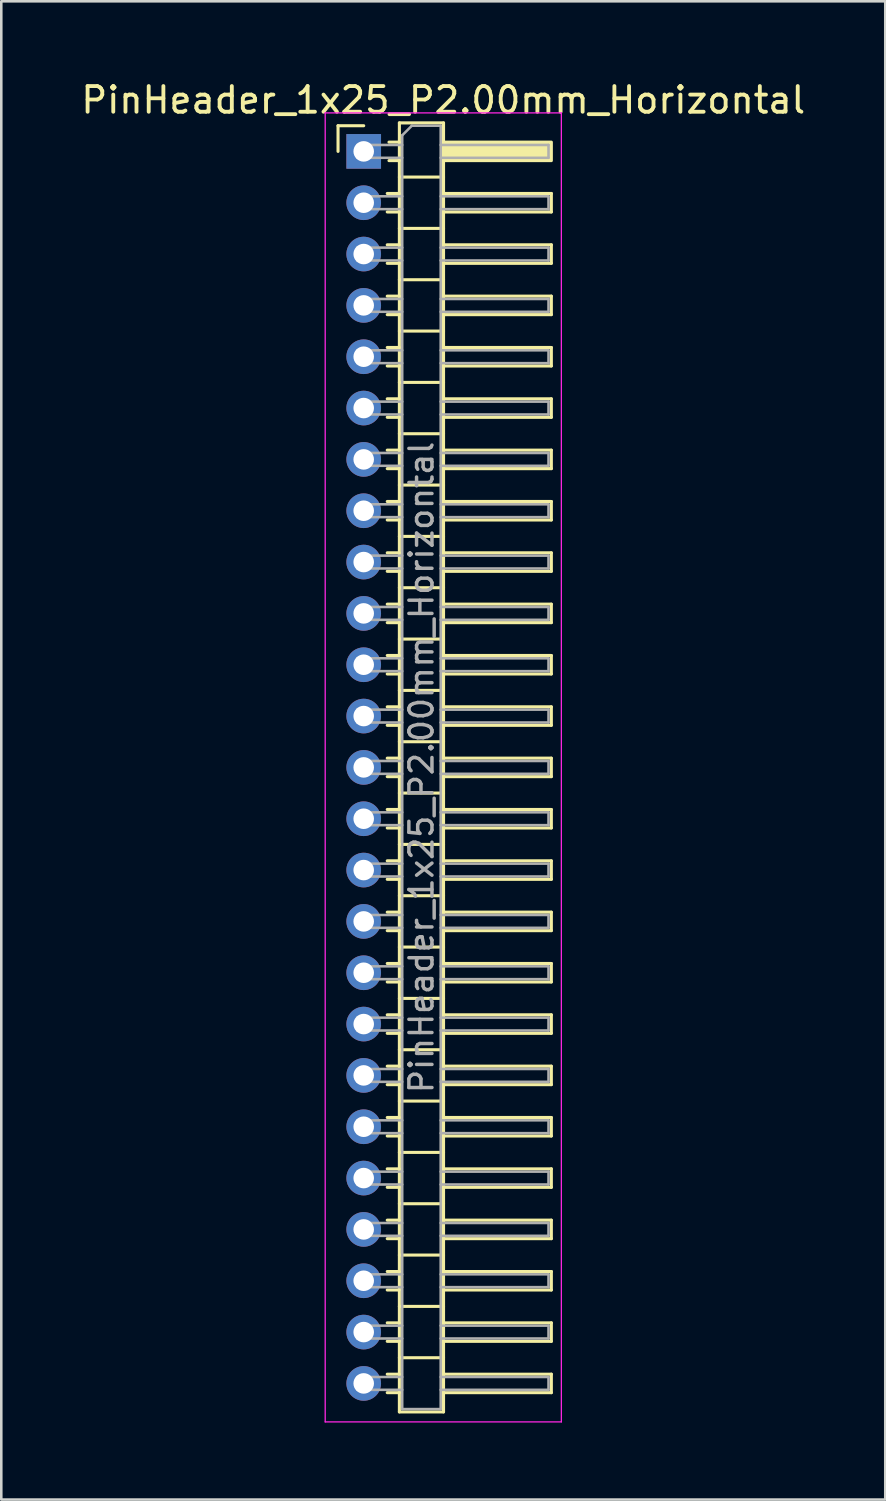
<source format=kicad_pcb>
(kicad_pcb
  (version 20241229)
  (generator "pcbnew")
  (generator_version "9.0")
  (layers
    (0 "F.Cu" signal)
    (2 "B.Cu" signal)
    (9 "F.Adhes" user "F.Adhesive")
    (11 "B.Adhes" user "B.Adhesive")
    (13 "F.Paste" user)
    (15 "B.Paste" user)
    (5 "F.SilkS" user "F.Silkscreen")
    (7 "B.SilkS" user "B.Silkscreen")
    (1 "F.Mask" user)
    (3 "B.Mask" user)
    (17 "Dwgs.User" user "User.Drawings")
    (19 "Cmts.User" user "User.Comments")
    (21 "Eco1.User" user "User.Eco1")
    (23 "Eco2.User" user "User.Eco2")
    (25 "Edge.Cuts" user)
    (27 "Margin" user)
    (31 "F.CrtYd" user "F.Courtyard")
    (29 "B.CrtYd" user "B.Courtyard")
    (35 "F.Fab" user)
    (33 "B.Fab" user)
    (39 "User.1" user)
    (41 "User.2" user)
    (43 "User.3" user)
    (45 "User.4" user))
  (footprint "PinHeader_1x25_P2.00mm_Horizontal"
    (layer "F.Cu")
    (at 11.12 2.848)
    (property "Reference" "PinHeader_1x25_P2.00mm_Horizontal" (at 3.1 -2 0) (layer "F.SilkS") (effects (font (size 1 1) (thickness 0.15))))
    (attr through_hole)
    (fp_line (start -1 -1) (end 0 -1) (stroke (width 0.12) (type solid)) (layer "F.SilkS"))
    (fp_line (start -1 0) (end -1 -1) (stroke (width 0.12) (type solid)) (layer "F.SilkS"))
    (fp_line (start 0.917 1.64) (end 1.39 1.64) (stroke (width 0.12) (type solid)) (layer "F.SilkS"))
    (fp_line (start 0.917 2.36) (end 1.39 2.36) (stroke (width 0.12) (type solid)) (layer "F.SilkS"))
    (fp_line (start 0.917 3.64) (end 1.39 3.64) (stroke (width 0.12) (type solid)) (layer "F.SilkS"))
    (fp_line (start 0.917 4.36) (end 1.39 4.36) (stroke (width 0.12) (type solid)) (layer "F.SilkS"))
    (fp_line (start 0.917 5.64) (end 1.39 5.64) (stroke (width 0.12) (type solid)) (layer "F.SilkS"))
    (fp_line (start 0.917 6.36) (end 1.39 6.36) (stroke (width 0.12) (type solid)) (layer "F.SilkS"))
    (fp_line (start 0.917 7.64) (end 1.39 7.64) (stroke (width 0.12) (type solid)) (layer "F.SilkS"))
    (fp_line (start 0.917 8.36) (end 1.39 8.36) (stroke (width 0.12) (type solid)) (layer "F.SilkS"))
    (fp_line (start 0.917 9.64) (end 1.39 9.64) (stroke (width 0.12) (type solid)) (layer "F.SilkS"))
    (fp_line (start 0.917 10.36) (end 1.39 10.36) (stroke (width 0.12) (type solid)) (layer "F.SilkS"))
    (fp_line (start 0.917 11.64) (end 1.39 11.64) (stroke (width 0.12) (type solid)) (layer "F.SilkS"))
    (fp_line (start 0.917 12.36) (end 1.39 12.36) (stroke (width 0.12) (type solid)) (layer "F.SilkS"))
    (fp_line (start 0.917 13.64) (end 1.39 13.64) (stroke (width 0.12) (type solid)) (layer "F.SilkS"))
    (fp_line (start 0.917 14.36) (end 1.39 14.36) (stroke (width 0.12) (type solid)) (layer "F.SilkS"))
    (fp_line (start 0.917 15.64) (end 1.39 15.64) (stroke (width 0.12) (type solid)) (layer "F.SilkS"))
    (fp_line (start 0.917 16.36) (end 1.39 16.36) (stroke (width 0.12) (type solid)) (layer "F.SilkS"))
    (fp_line (start 0.917 17.64) (end 1.39 17.64) (stroke (width 0.12) (type solid)) (layer "F.SilkS"))
    (fp_line (start 0.917 18.36) (end 1.39 18.36) (stroke (width 0.12) (type solid)) (layer "F.SilkS"))
    (fp_line (start 0.917 19.64) (end 1.39 19.64) (stroke (width 0.12) (type solid)) (layer "F.SilkS"))
    (fp_line (start 0.917 20.36) (end 1.39 20.36) (stroke (width 0.12) (type solid)) (layer "F.SilkS"))
    (fp_line (start 0.917 21.64) (end 1.39 21.64) (stroke (width 0.12) (type solid)) (layer "F.SilkS"))
    (fp_line (start 0.917 22.36) (end 1.39 22.36) (stroke (width 0.12) (type solid)) (layer "F.SilkS"))
    (fp_line (start 0.917 23.64) (end 1.39 23.64) (stroke (width 0.12) (type solid)) (layer "F.SilkS"))
    (fp_line (start 0.917 24.36) (end 1.39 24.36) (stroke (width 0.12) (type solid)) (layer "F.SilkS"))
    (fp_line (start 0.917 25.64) (end 1.39 25.64) (stroke (width 0.12) (type solid)) (layer "F.SilkS"))
    (fp_line (start 0.917 26.36) (end 1.39 26.36) (stroke (width 0.12) (type solid)) (layer "F.SilkS"))
    (fp_line (start 0.917 27.64) (end 1.39 27.64) (stroke (width 0.12) (type solid)) (layer "F.SilkS"))
    (fp_line (start 0.917 28.36) (end 1.39 28.36) (stroke (width 0.12) (type solid)) (layer "F.SilkS"))
    (fp_line (start 0.917 29.64) (end 1.39 29.64) (stroke (width 0.12) (type solid)) (layer "F.SilkS"))
    (fp_line (start 0.917 30.36) (end 1.39 30.36) (stroke (width 0.12) (type solid)) (layer "F.SilkS"))
    (fp_line (start 0.917 31.64) (end 1.39 31.64) (stroke (width 0.12) (type solid)) (layer "F.SilkS"))
    (fp_line (start 0.917 32.36) (end 1.39 32.36) (stroke (width 0.12) (type solid)) (layer "F.SilkS"))
    (fp_line (start 0.917 33.64) (end 1.39 33.64) (stroke (width 0.12) (type solid)) (layer "F.SilkS"))
    (fp_line (start 0.917 34.36) (end 1.39 34.36) (stroke (width 0.12) (type solid)) (layer "F.SilkS"))
    (fp_line (start 0.917 35.64) (end 1.39 35.64) (stroke (width 0.12) (type solid)) (layer "F.SilkS"))
    (fp_line (start 0.917 36.36) (end 1.39 36.36) (stroke (width 0.12) (type solid)) (layer "F.SilkS"))
    (fp_line (start 0.917 37.64) (end 1.39 37.64) (stroke (width 0.12) (type solid)) (layer "F.SilkS"))
    (fp_line (start 0.917 38.36) (end 1.39 38.36) (stroke (width 0.12) (type solid)) (layer "F.SilkS"))
    (fp_line (start 0.917 39.64) (end 1.39 39.64) (stroke (width 0.12) (type solid)) (layer "F.SilkS"))
    (fp_line (start 0.917 40.36) (end 1.39 40.36) (stroke (width 0.12) (type solid)) (layer "F.SilkS"))
    (fp_line (start 0.917 41.64) (end 1.39 41.64) (stroke (width 0.12) (type solid)) (layer "F.SilkS"))
    (fp_line (start 0.917 42.36) (end 1.39 42.36) (stroke (width 0.12) (type solid)) (layer "F.SilkS"))
    (fp_line (start 0.917 43.64) (end 1.39 43.64) (stroke (width 0.12) (type solid)) (layer "F.SilkS"))
    (fp_line (start 0.917 44.36) (end 1.39 44.36) (stroke (width 0.12) (type solid)) (layer "F.SilkS"))
    (fp_line (start 0.917 45.64) (end 1.39 45.64) (stroke (width 0.12) (type solid)) (layer "F.SilkS"))
    (fp_line (start 0.917 46.36) (end 1.39 46.36) (stroke (width 0.12) (type solid)) (layer "F.SilkS"))
    (fp_line (start 0.917 47.64) (end 1.39 47.64) (stroke (width 0.12) (type solid)) (layer "F.SilkS"))
    (fp_line (start 0.917 48.36) (end 1.39 48.36) (stroke (width 0.12) (type solid)) (layer "F.SilkS"))
    (fp_line (start 0.985 -0.36) (end 1.39 -0.36) (stroke (width 0.12) (type solid)) (layer "F.SilkS"))
    (fp_line (start 0.985 0.36) (end 1.39 0.36) (stroke (width 0.12) (type solid)) (layer "F.SilkS"))
    (fp_line (start 1.39 -1.11) (end 1.39 49.11) (stroke (width 0.12) (type solid)) (layer "F.SilkS"))
    (fp_line (start 1.39 1) (end 3.11 1) (stroke (width 0.12) (type solid)) (layer "F.SilkS"))
    (fp_line (start 1.39 3) (end 3.11 3) (stroke (width 0.12) (type solid)) (layer "F.SilkS"))
    (fp_line (start 1.39 5) (end 3.11 5) (stroke (width 0.12) (type solid)) (layer "F.SilkS"))
    (fp_line (start 1.39 7) (end 3.11 7) (stroke (width 0.12) (type solid)) (layer "F.SilkS"))
    (fp_line (start 1.39 9) (end 3.11 9) (stroke (width 0.12) (type solid)) (layer "F.SilkS"))
    (fp_line (start 1.39 11) (end 3.11 11) (stroke (width 0.12) (type solid)) (layer "F.SilkS"))
    (fp_line (start 1.39 13) (end 3.11 13) (stroke (width 0.12) (type solid)) (layer "F.SilkS"))
    (fp_line (start 1.39 15) (end 3.11 15) (stroke (width 0.12) (type solid)) (layer "F.SilkS"))
    (fp_line (start 1.39 17) (end 3.11 17) (stroke (width 0.12) (type solid)) (layer "F.SilkS"))
    (fp_line (start 1.39 19) (end 3.11 19) (stroke (width 0.12) (type solid)) (layer "F.SilkS"))
    (fp_line (start 1.39 21) (end 3.11 21) (stroke (width 0.12) (type solid)) (layer "F.SilkS"))
    (fp_line (start 1.39 23) (end 3.11 23) (stroke (width 0.12) (type solid)) (layer "F.SilkS"))
    (fp_line (start 1.39 25) (end 3.11 25) (stroke (width 0.12) (type solid)) (layer "F.SilkS"))
    (fp_line (start 1.39 27) (end 3.11 27) (stroke (width 0.12) (type solid)) (layer "F.SilkS"))
    (fp_line (start 1.39 29) (end 3.11 29) (stroke (width 0.12) (type solid)) (layer "F.SilkS"))
    (fp_line (start 1.39 31) (end 3.11 31) (stroke (width 0.12) (type solid)) (layer "F.SilkS"))
    (fp_line (start 1.39 33) (end 3.11 33) (stroke (width 0.12) (type solid)) (layer "F.SilkS"))
    (fp_line (start 1.39 35) (end 3.11 35) (stroke (width 0.12) (type solid)) (layer "F.SilkS"))
    (fp_line (start 1.39 37) (end 3.11 37) (stroke (width 0.12) (type solid)) (layer "F.SilkS"))
    (fp_line (start 1.39 39) (end 3.11 39) (stroke (width 0.12) (type solid)) (layer "F.SilkS"))
    (fp_line (start 1.39 41) (end 3.11 41) (stroke (width 0.12) (type solid)) (layer "F.SilkS"))
    (fp_line (start 1.39 43) (end 3.11 43) (stroke (width 0.12) (type solid)) (layer "F.SilkS"))
    (fp_line (start 1.39 45) (end 3.11 45) (stroke (width 0.12) (type solid)) (layer "F.SilkS"))
    (fp_line (start 1.39 47) (end 3.11 47) (stroke (width 0.12) (type solid)) (layer "F.SilkS"))
    (fp_line (start 1.39 49.11) (end 3.11 49.11) (stroke (width 0.12) (type solid)) (layer "F.SilkS"))
    (fp_line (start 3.11 -1.11) (end 1.39 -1.11) (stroke (width 0.12) (type solid)) (layer "F.SilkS"))
    (fp_line (start 3.11 1.64) (end 7.31 1.64) (stroke (width 0.12) (type solid)) (layer "F.SilkS"))
    (fp_line (start 3.11 3.64) (end 7.31 3.64) (stroke (width 0.12) (type solid)) (layer "F.SilkS"))
    (fp_line (start 3.11 5.64) (end 7.31 5.64) (stroke (width 0.12) (type solid)) (layer "F.SilkS"))
    (fp_line (start 3.11 7.64) (end 7.31 7.64) (stroke (width 0.12) (type solid)) (layer "F.SilkS"))
    (fp_line (start 3.11 9.64) (end 7.31 9.64) (stroke (width 0.12) (type solid)) (layer "F.SilkS"))
    (fp_line (start 3.11 11.64) (end 7.31 11.64) (stroke (width 0.12) (type solid)) (layer "F.SilkS"))
    (fp_line (start 3.11 13.64) (end 7.31 13.64) (stroke (width 0.12) (type solid)) (layer "F.SilkS"))
    (fp_line (start 3.11 15.64) (end 7.31 15.64) (stroke (width 0.12) (type solid)) (layer "F.SilkS"))
    (fp_line (start 3.11 17.64) (end 7.31 17.64) (stroke (width 0.12) (type solid)) (layer "F.SilkS"))
    (fp_line (start 3.11 19.64) (end 7.31 19.64) (stroke (width 0.12) (type solid)) (layer "F.SilkS"))
    (fp_line (start 3.11 21.64) (end 7.31 21.64) (stroke (width 0.12) (type solid)) (layer "F.SilkS"))
    (fp_line (start 3.11 23.64) (end 7.31 23.64) (stroke (width 0.12) (type solid)) (layer "F.SilkS"))
    (fp_line (start 3.11 25.64) (end 7.31 25.64) (stroke (width 0.12) (type solid)) (layer "F.SilkS"))
    (fp_line (start 3.11 27.64) (end 7.31 27.64) (stroke (width 0.12) (type solid)) (layer "F.SilkS"))
    (fp_line (start 3.11 29.64) (end 7.31 29.64) (stroke (width 0.12) (type solid)) (layer "F.SilkS"))
    (fp_line (start 3.11 31.64) (end 7.31 31.64) (stroke (width 0.12) (type solid)) (layer "F.SilkS"))
    (fp_line (start 3.11 33.64) (end 7.31 33.64) (stroke (width 0.12) (type solid)) (layer "F.SilkS"))
    (fp_line (start 3.11 35.64) (end 7.31 35.64) (stroke (width 0.12) (type solid)) (layer "F.SilkS"))
    (fp_line (start 3.11 37.64) (end 7.31 37.64) (stroke (width 0.12) (type solid)) (layer "F.SilkS"))
    (fp_line (start 3.11 39.64) (end 7.31 39.64) (stroke (width 0.12) (type solid)) (layer "F.SilkS"))
    (fp_line (start 3.11 41.64) (end 7.31 41.64) (stroke (width 0.12) (type solid)) (layer "F.SilkS"))
    (fp_line (start 3.11 43.64) (end 7.31 43.64) (stroke (width 0.12) (type solid)) (layer "F.SilkS"))
    (fp_line (start 3.11 45.64) (end 7.31 45.64) (stroke (width 0.12) (type solid)) (layer "F.SilkS"))
    (fp_line (start 3.11 47.64) (end 7.31 47.64) (stroke (width 0.12) (type solid)) (layer "F.SilkS"))
    (fp_line (start 3.11 49.11) (end 3.11 -1.11) (stroke (width 0.12) (type solid)) (layer "F.SilkS"))
    (fp_line (start 7.31 1.64) (end 7.31 2.36) (stroke (width 0.12) (type solid)) (layer "F.SilkS"))
    (fp_line (start 7.31 2.36) (end 3.11 2.36) (stroke (width 0.12) (type solid)) (layer "F.SilkS"))
    (fp_line (start 7.31 3.64) (end 7.31 4.36) (stroke (width 0.12) (type solid)) (layer "F.SilkS"))
    (fp_line (start 7.31 4.36) (end 3.11 4.36) (stroke (width 0.12) (type solid)) (layer "F.SilkS"))
    (fp_line (start 7.31 5.64) (end 7.31 6.36) (stroke (width 0.12) (type solid)) (layer "F.SilkS"))
    (fp_line (start 7.31 6.36) (end 3.11 6.36) (stroke (width 0.12) (type solid)) (layer "F.SilkS"))
    (fp_line (start 7.31 7.64) (end 7.31 8.36) (stroke (width 0.12) (type solid)) (layer "F.SilkS"))
    (fp_line (start 7.31 8.36) (end 3.11 8.36) (stroke (width 0.12) (type solid)) (layer "F.SilkS"))
    (fp_line (start 7.31 9.64) (end 7.31 10.36) (stroke (width 0.12) (type solid)) (layer "F.SilkS"))
    (fp_line (start 7.31 10.36) (end 3.11 10.36) (stroke (width 0.12) (type solid)) (layer "F.SilkS"))
    (fp_line (start 7.31 11.64) (end 7.31 12.36) (stroke (width 0.12) (type solid)) (layer "F.SilkS"))
    (fp_line (start 7.31 12.36) (end 3.11 12.36) (stroke (width 0.12) (type solid)) (layer "F.SilkS"))
    (fp_line (start 7.31 13.64) (end 7.31 14.36) (stroke (width 0.12) (type solid)) (layer "F.SilkS"))
    (fp_line (start 7.31 14.36) (end 3.11 14.36) (stroke (width 0.12) (type solid)) (layer "F.SilkS"))
    (fp_line (start 7.31 15.64) (end 7.31 16.36) (stroke (width 0.12) (type solid)) (layer "F.SilkS"))
    (fp_line (start 7.31 16.36) (end 3.11 16.36) (stroke (width 0.12) (type solid)) (layer "F.SilkS"))
    (fp_line (start 7.31 17.64) (end 7.31 18.36) (stroke (width 0.12) (type solid)) (layer "F.SilkS"))
    (fp_line (start 7.31 18.36) (end 3.11 18.36) (stroke (width 0.12) (type solid)) (layer "F.SilkS"))
    (fp_line (start 7.31 19.64) (end 7.31 20.36) (stroke (width 0.12) (type solid)) (layer "F.SilkS"))
    (fp_line (start 7.31 20.36) (end 3.11 20.36) (stroke (width 0.12) (type solid)) (layer "F.SilkS"))
    (fp_line (start 7.31 21.64) (end 7.31 22.36) (stroke (width 0.12) (type solid)) (layer "F.SilkS"))
    (fp_line (start 7.31 22.36) (end 3.11 22.36) (stroke (width 0.12) (type solid)) (layer "F.SilkS"))
    (fp_line (start 7.31 23.64) (end 7.31 24.36) (stroke (width 0.12) (type solid)) (layer "F.SilkS"))
    (fp_line (start 7.31 24.36) (end 3.11 24.36) (stroke (width 0.12) (type solid)) (layer "F.SilkS"))
    (fp_line (start 7.31 25.64) (end 7.31 26.36) (stroke (width 0.12) (type solid)) (layer "F.SilkS"))
    (fp_line (start 7.31 26.36) (end 3.11 26.36) (stroke (width 0.12) (type solid)) (layer "F.SilkS"))
    (fp_line (start 7.31 27.64) (end 7.31 28.36) (stroke (width 0.12) (type solid)) (layer "F.SilkS"))
    (fp_line (start 7.31 28.36) (end 3.11 28.36) (stroke (width 0.12) (type solid)) (layer "F.SilkS"))
    (fp_line (start 7.31 29.64) (end 7.31 30.36) (stroke (width 0.12) (type solid)) (layer "F.SilkS"))
    (fp_line (start 7.31 30.36) (end 3.11 30.36) (stroke (width 0.12) (type solid)) (layer "F.SilkS"))
    (fp_line (start 7.31 31.64) (end 7.31 32.36) (stroke (width 0.12) (type solid)) (layer "F.SilkS"))
    (fp_line (start 7.31 32.36) (end 3.11 32.36) (stroke (width 0.12) (type solid)) (layer "F.SilkS"))
    (fp_line (start 7.31 33.64) (end 7.31 34.36) (stroke (width 0.12) (type solid)) (layer "F.SilkS"))
    (fp_line (start 7.31 34.36) (end 3.11 34.36) (stroke (width 0.12) (type solid)) (layer "F.SilkS"))
    (fp_line (start 7.31 35.64) (end 7.31 36.36) (stroke (width 0.12) (type solid)) (layer "F.SilkS"))
    (fp_line (start 7.31 36.36) (end 3.11 36.36) (stroke (width 0.12) (type solid)) (layer "F.SilkS"))
    (fp_line (start 7.31 37.64) (end 7.31 38.36) (stroke (width 0.12) (type solid)) (layer "F.SilkS"))
    (fp_line (start 7.31 38.36) (end 3.11 38.36) (stroke (width 0.12) (type solid)) (layer "F.SilkS"))
    (fp_line (start 7.31 39.64) (end 7.31 40.36) (stroke (width 0.12) (type solid)) (layer "F.SilkS"))
    (fp_line (start 7.31 40.36) (end 3.11 40.36) (stroke (width 0.12) (type solid)) (layer "F.SilkS"))
    (fp_line (start 7.31 41.64) (end 7.31 42.36) (stroke (width 0.12) (type solid)) (layer "F.SilkS"))
    (fp_line (start 7.31 42.36) (end 3.11 42.36) (stroke (width 0.12) (type solid)) (layer "F.SilkS"))
    (fp_line (start 7.31 43.64) (end 7.31 44.36) (stroke (width 0.12) (type solid)) (layer "F.SilkS"))
    (fp_line (start 7.31 44.36) (end 3.11 44.36) (stroke (width 0.12) (type solid)) (layer "F.SilkS"))
    (fp_line (start 7.31 45.64) (end 7.31 46.36) (stroke (width 0.12) (type solid)) (layer "F.SilkS"))
    (fp_line (start 7.31 46.36) (end 3.11 46.36) (stroke (width 0.12) (type solid)) (layer "F.SilkS"))
    (fp_line (start 7.31 47.64) (end 7.31 48.36) (stroke (width 0.12) (type solid)) (layer "F.SilkS"))
    (fp_line (start 7.31 48.36) (end 3.11 48.36) (stroke (width 0.12) (type solid)) (layer "F.SilkS"))
    (fp_rect (start 3.11 -0.36) (end 7.31 0.36) (stroke (width 0.12) (type solid)) (fill yes) (layer "F.SilkS"))
    (fp_line (start -1.5 -1.5) (end -1.5 49.5) (stroke (width 0.05) (type solid)) (layer "F.CrtYd"))
    (fp_line (start -1.5 49.5) (end 7.7 49.5) (stroke (width 0.05) (type solid)) (layer "F.CrtYd"))
    (fp_line (start 7.7 -1.5) (end -1.5 -1.5) (stroke (width 0.05) (type solid)) (layer "F.CrtYd"))
    (fp_line (start 7.7 49.5) (end 7.7 -1.5) (stroke (width 0.05) (type solid)) (layer "F.CrtYd"))
    (fp_line (start -0.25 -0.25) (end -0.25 0.25) (stroke (width 0.1) (type solid)) (layer "F.Fab"))
    (fp_line (start -0.25 -0.25) (end 1.5 -0.25) (stroke (width 0.1) (type solid)) (layer "F.Fab"))
    (fp_line (start -0.25 0.25) (end 1.5 0.25) (stroke (width 0.1) (type solid)) (layer "F.Fab"))
    (fp_line (start -0.25 1.75) (end -0.25 2.25) (stroke (width 0.1) (type solid)) (layer "F.Fab"))
    (fp_line (start -0.25 1.75) (end 1.5 1.75) (stroke (width 0.1) (type solid)) (layer "F.Fab"))
    (fp_line (start -0.25 2.25) (end 1.5 2.25) (stroke (width 0.1) (type solid)) (layer "F.Fab"))
    (fp_line (start -0.25 3.75) (end -0.25 4.25) (stroke (width 0.1) (type solid)) (layer "F.Fab"))
    (fp_line (start -0.25 3.75) (end 1.5 3.75) (stroke (width 0.1) (type solid)) (layer "F.Fab"))
    (fp_line (start -0.25 4.25) (end 1.5 4.25) (stroke (width 0.1) (type solid)) (layer "F.Fab"))
    (fp_line (start -0.25 5.75) (end -0.25 6.25) (stroke (width 0.1) (type solid)) (layer "F.Fab"))
    (fp_line (start -0.25 5.75) (end 1.5 5.75) (stroke (width 0.1) (type solid)) (layer "F.Fab"))
    (fp_line (start -0.25 6.25) (end 1.5 6.25) (stroke (width 0.1) (type solid)) (layer "F.Fab"))
    (fp_line (start -0.25 7.75) (end -0.25 8.25) (stroke (width 0.1) (type solid)) (layer "F.Fab"))
    (fp_line (start -0.25 7.75) (end 1.5 7.75) (stroke (width 0.1) (type solid)) (layer "F.Fab"))
    (fp_line (start -0.25 8.25) (end 1.5 8.25) (stroke (width 0.1) (type solid)) (layer "F.Fab"))
    (fp_line (start -0.25 9.75) (end -0.25 10.25) (stroke (width 0.1) (type solid)) (layer "F.Fab"))
    (fp_line (start -0.25 9.75) (end 1.5 9.75) (stroke (width 0.1) (type solid)) (layer "F.Fab"))
    (fp_line (start -0.25 10.25) (end 1.5 10.25) (stroke (width 0.1) (type solid)) (layer "F.Fab"))
    (fp_line (start -0.25 11.75) (end -0.25 12.25) (stroke (width 0.1) (type solid)) (layer "F.Fab"))
    (fp_line (start -0.25 11.75) (end 1.5 11.75) (stroke (width 0.1) (type solid)) (layer "F.Fab"))
    (fp_line (start -0.25 12.25) (end 1.5 12.25) (stroke (width 0.1) (type solid)) (layer "F.Fab"))
    (fp_line (start -0.25 13.75) (end -0.25 14.25) (stroke (width 0.1) (type solid)) (layer "F.Fab"))
    (fp_line (start -0.25 13.75) (end 1.5 13.75) (stroke (width 0.1) (type solid)) (layer "F.Fab"))
    (fp_line (start -0.25 14.25) (end 1.5 14.25) (stroke (width 0.1) (type solid)) (layer "F.Fab"))
    (fp_line (start -0.25 15.75) (end -0.25 16.25) (stroke (width 0.1) (type solid)) (layer "F.Fab"))
    (fp_line (start -0.25 15.75) (end 1.5 15.75) (stroke (width 0.1) (type solid)) (layer "F.Fab"))
    (fp_line (start -0.25 16.25) (end 1.5 16.25) (stroke (width 0.1) (type solid)) (layer "F.Fab"))
    (fp_line (start -0.25 17.75) (end -0.25 18.25) (stroke (width 0.1) (type solid)) (layer "F.Fab"))
    (fp_line (start -0.25 17.75) (end 1.5 17.75) (stroke (width 0.1) (type solid)) (layer "F.Fab"))
    (fp_line (start -0.25 18.25) (end 1.5 18.25) (stroke (width 0.1) (type solid)) (layer "F.Fab"))
    (fp_line (start -0.25 19.75) (end -0.25 20.25) (stroke (width 0.1) (type solid)) (layer "F.Fab"))
    (fp_line (start -0.25 19.75) (end 1.5 19.75) (stroke (width 0.1) (type solid)) (layer "F.Fab"))
    (fp_line (start -0.25 20.25) (end 1.5 20.25) (stroke (width 0.1) (type solid)) (layer "F.Fab"))
    (fp_line (start -0.25 21.75) (end -0.25 22.25) (stroke (width 0.1) (type solid)) (layer "F.Fab"))
    (fp_line (start -0.25 21.75) (end 1.5 21.75) (stroke (width 0.1) (type solid)) (layer "F.Fab"))
    (fp_line (start -0.25 22.25) (end 1.5 22.25) (stroke (width 0.1) (type solid)) (layer "F.Fab"))
    (fp_line (start -0.25 23.75) (end -0.25 24.25) (stroke (width 0.1) (type solid)) (layer "F.Fab"))
    (fp_line (start -0.25 23.75) (end 1.5 23.75) (stroke (width 0.1) (type solid)) (layer "F.Fab"))
    (fp_line (start -0.25 24.25) (end 1.5 24.25) (stroke (width 0.1) (type solid)) (layer "F.Fab"))
    (fp_line (start -0.25 25.75) (end -0.25 26.25) (stroke (width 0.1) (type solid)) (layer "F.Fab"))
    (fp_line (start -0.25 25.75) (end 1.5 25.75) (stroke (width 0.1) (type solid)) (layer "F.Fab"))
    (fp_line (start -0.25 26.25) (end 1.5 26.25) (stroke (width 0.1) (type solid)) (layer "F.Fab"))
    (fp_line (start -0.25 27.75) (end -0.25 28.25) (stroke (width 0.1) (type solid)) (layer "F.Fab"))
    (fp_line (start -0.25 27.75) (end 1.5 27.75) (stroke (width 0.1) (type solid)) (layer "F.Fab"))
    (fp_line (start -0.25 28.25) (end 1.5 28.25) (stroke (width 0.1) (type solid)) (layer "F.Fab"))
    (fp_line (start -0.25 29.75) (end -0.25 30.25) (stroke (width 0.1) (type solid)) (layer "F.Fab"))
    (fp_line (start -0.25 29.75) (end 1.5 29.75) (stroke (width 0.1) (type solid)) (layer "F.Fab"))
    (fp_line (start -0.25 30.25) (end 1.5 30.25) (stroke (width 0.1) (type solid)) (layer "F.Fab"))
    (fp_line (start -0.25 31.75) (end -0.25 32.25) (stroke (width 0.1) (type solid)) (layer "F.Fab"))
    (fp_line (start -0.25 31.75) (end 1.5 31.75) (stroke (width 0.1) (type solid)) (layer "F.Fab"))
    (fp_line (start -0.25 32.25) (end 1.5 32.25) (stroke (width 0.1) (type solid)) (layer "F.Fab"))
    (fp_line (start -0.25 33.75) (end -0.25 34.25) (stroke (width 0.1) (type solid)) (layer "F.Fab"))
    (fp_line (start -0.25 33.75) (end 1.5 33.75) (stroke (width 0.1) (type solid)) (layer "F.Fab"))
    (fp_line (start -0.25 34.25) (end 1.5 34.25) (stroke (width 0.1) (type solid)) (layer "F.Fab"))
    (fp_line (start -0.25 35.75) (end -0.25 36.25) (stroke (width 0.1) (type solid)) (layer "F.Fab"))
    (fp_line (start -0.25 35.75) (end 1.5 35.75) (stroke (width 0.1) (type solid)) (layer "F.Fab"))
    (fp_line (start -0.25 36.25) (end 1.5 36.25) (stroke (width 0.1) (type solid)) (layer "F.Fab"))
    (fp_line (start -0.25 37.75) (end -0.25 38.25) (stroke (width 0.1) (type solid)) (layer "F.Fab"))
    (fp_line (start -0.25 37.75) (end 1.5 37.75) (stroke (width 0.1) (type solid)) (layer "F.Fab"))
    (fp_line (start -0.25 38.25) (end 1.5 38.25) (stroke (width 0.1) (type solid)) (layer "F.Fab"))
    (fp_line (start -0.25 39.75) (end -0.25 40.25) (stroke (width 0.1) (type solid)) (layer "F.Fab"))
    (fp_line (start -0.25 39.75) (end 1.5 39.75) (stroke (width 0.1) (type solid)) (layer "F.Fab"))
    (fp_line (start -0.25 40.25) (end 1.5 40.25) (stroke (width 0.1) (type solid)) (layer "F.Fab"))
    (fp_line (start -0.25 41.75) (end -0.25 42.25) (stroke (width 0.1) (type solid)) (layer "F.Fab"))
    (fp_line (start -0.25 41.75) (end 1.5 41.75) (stroke (width 0.1) (type solid)) (layer "F.Fab"))
    (fp_line (start -0.25 42.25) (end 1.5 42.25) (stroke (width 0.1) (type solid)) (layer "F.Fab"))
    (fp_line (start -0.25 43.75) (end -0.25 44.25) (stroke (width 0.1) (type solid)) (layer "F.Fab"))
    (fp_line (start -0.25 43.75) (end 1.5 43.75) (stroke (width 0.1) (type solid)) (layer "F.Fab"))
    (fp_line (start -0.25 44.25) (end 1.5 44.25) (stroke (width 0.1) (type solid)) (layer "F.Fab"))
    (fp_line (start -0.25 45.75) (end -0.25 46.25) (stroke (width 0.1) (type solid)) (layer "F.Fab"))
    (fp_line (start -0.25 45.75) (end 1.5 45.75) (stroke (width 0.1) (type solid)) (layer "F.Fab"))
    (fp_line (start -0.25 46.25) (end 1.5 46.25) (stroke (width 0.1) (type solid)) (layer "F.Fab"))
    (fp_line (start -0.25 47.75) (end -0.25 48.25) (stroke (width 0.1) (type solid)) (layer "F.Fab"))
    (fp_line (start -0.25 47.75) (end 1.5 47.75) (stroke (width 0.1) (type solid)) (layer "F.Fab"))
    (fp_line (start -0.25 48.25) (end 1.5 48.25) (stroke (width 0.1) (type solid)) (layer "F.Fab"))
    (fp_line (start 1.5 -0.625) (end 1.875 -1) (stroke (width 0.1) (type solid)) (layer "F.Fab"))
    (fp_line (start 1.5 49) (end 1.5 -0.625) (stroke (width 0.1) (type solid)) (layer "F.Fab"))
    (fp_line (start 1.875 -1) (end 3 -1) (stroke (width 0.1) (type solid)) (layer "F.Fab"))
    (fp_line (start 3 -1) (end 3 49) (stroke (width 0.1) (type solid)) (layer "F.Fab"))
    (fp_line (start 3 -0.25) (end 7.2 -0.25) (stroke (width 0.1) (type solid)) (layer "F.Fab"))
    (fp_line (start 3 0.25) (end 7.2 0.25) (stroke (width 0.1) (type solid)) (layer "F.Fab"))
    (fp_line (start 3 1.75) (end 7.2 1.75) (stroke (width 0.1) (type solid)) (layer "F.Fab"))
    (fp_line (start 3 2.25) (end 7.2 2.25) (stroke (width 0.1) (type solid)) (layer "F.Fab"))
    (fp_line (start 3 3.75) (end 7.2 3.75) (stroke (width 0.1) (type solid)) (layer "F.Fab"))
    (fp_line (start 3 4.25) (end 7.2 4.25) (stroke (width 0.1) (type solid)) (layer "F.Fab"))
    (fp_line (start 3 5.75) (end 7.2 5.75) (stroke (width 0.1) (type solid)) (layer "F.Fab"))
    (fp_line (start 3 6.25) (end 7.2 6.25) (stroke (width 0.1) (type solid)) (layer "F.Fab"))
    (fp_line (start 3 7.75) (end 7.2 7.75) (stroke (width 0.1) (type solid)) (layer "F.Fab"))
    (fp_line (start 3 8.25) (end 7.2 8.25) (stroke (width 0.1) (type solid)) (layer "F.Fab"))
    (fp_line (start 3 9.75) (end 7.2 9.75) (stroke (width 0.1) (type solid)) (layer "F.Fab"))
    (fp_line (start 3 10.25) (end 7.2 10.25) (stroke (width 0.1) (type solid)) (layer "F.Fab"))
    (fp_line (start 3 11.75) (end 7.2 11.75) (stroke (width 0.1) (type solid)) (layer "F.Fab"))
    (fp_line (start 3 12.25) (end 7.2 12.25) (stroke (width 0.1) (type solid)) (layer "F.Fab"))
    (fp_line (start 3 13.75) (end 7.2 13.75) (stroke (width 0.1) (type solid)) (layer "F.Fab"))
    (fp_line (start 3 14.25) (end 7.2 14.25) (stroke (width 0.1) (type solid)) (layer "F.Fab"))
    (fp_line (start 3 15.75) (end 7.2 15.75) (stroke (width 0.1) (type solid)) (layer "F.Fab"))
    (fp_line (start 3 16.25) (end 7.2 16.25) (stroke (width 0.1) (type solid)) (layer "F.Fab"))
    (fp_line (start 3 17.75) (end 7.2 17.75) (stroke (width 0.1) (type solid)) (layer "F.Fab"))
    (fp_line (start 3 18.25) (end 7.2 18.25) (stroke (width 0.1) (type solid)) (layer "F.Fab"))
    (fp_line (start 3 19.75) (end 7.2 19.75) (stroke (width 0.1) (type solid)) (layer "F.Fab"))
    (fp_line (start 3 20.25) (end 7.2 20.25) (stroke (width 0.1) (type solid)) (layer "F.Fab"))
    (fp_line (start 3 21.75) (end 7.2 21.75) (stroke (width 0.1) (type solid)) (layer "F.Fab"))
    (fp_line (start 3 22.25) (end 7.2 22.25) (stroke (width 0.1) (type solid)) (layer "F.Fab"))
    (fp_line (start 3 23.75) (end 7.2 23.75) (stroke (width 0.1) (type solid)) (layer "F.Fab"))
    (fp_line (start 3 24.25) (end 7.2 24.25) (stroke (width 0.1) (type solid)) (layer "F.Fab"))
    (fp_line (start 3 25.75) (end 7.2 25.75) (stroke (width 0.1) (type solid)) (layer "F.Fab"))
    (fp_line (start 3 26.25) (end 7.2 26.25) (stroke (width 0.1) (type solid)) (layer "F.Fab"))
    (fp_line (start 3 27.75) (end 7.2 27.75) (stroke (width 0.1) (type solid)) (layer "F.Fab"))
    (fp_line (start 3 28.25) (end 7.2 28.25) (stroke (width 0.1) (type solid)) (layer "F.Fab"))
    (fp_line (start 3 29.75) (end 7.2 29.75) (stroke (width 0.1) (type solid)) (layer "F.Fab"))
    (fp_line (start 3 30.25) (end 7.2 30.25) (stroke (width 0.1) (type solid)) (layer "F.Fab"))
    (fp_line (start 3 31.75) (end 7.2 31.75) (stroke (width 0.1) (type solid)) (layer "F.Fab"))
    (fp_line (start 3 32.25) (end 7.2 32.25) (stroke (width 0.1) (type solid)) (layer "F.Fab"))
    (fp_line (start 3 33.75) (end 7.2 33.75) (stroke (width 0.1) (type solid)) (layer "F.Fab"))
    (fp_line (start 3 34.25) (end 7.2 34.25) (stroke (width 0.1) (type solid)) (layer "F.Fab"))
    (fp_line (start 3 35.75) (end 7.2 35.75) (stroke (width 0.1) (type solid)) (layer "F.Fab"))
    (fp_line (start 3 36.25) (end 7.2 36.25) (stroke (width 0.1) (type solid)) (layer "F.Fab"))
    (fp_line (start 3 37.75) (end 7.2 37.75) (stroke (width 0.1) (type solid)) (layer "F.Fab"))
    (fp_line (start 3 38.25) (end 7.2 38.25) (stroke (width 0.1) (type solid)) (layer "F.Fab"))
    (fp_line (start 3 39.75) (end 7.2 39.75) (stroke (width 0.1) (type solid)) (layer "F.Fab"))
    (fp_line (start 3 40.25) (end 7.2 40.25) (stroke (width 0.1) (type solid)) (layer "F.Fab"))
    (fp_line (start 3 41.75) (end 7.2 41.75) (stroke (width 0.1) (type solid)) (layer "F.Fab"))
    (fp_line (start 3 42.25) (end 7.2 42.25) (stroke (width 0.1) (type solid)) (layer "F.Fab"))
    (fp_line (start 3 43.75) (end 7.2 43.75) (stroke (width 0.1) (type solid)) (layer "F.Fab"))
    (fp_line (start 3 44.25) (end 7.2 44.25) (stroke (width 0.1) (type solid)) (layer "F.Fab"))
    (fp_line (start 3 45.75) (end 7.2 45.75) (stroke (width 0.1) (type solid)) (layer "F.Fab"))
    (fp_line (start 3 46.25) (end 7.2 46.25) (stroke (width 0.1) (type solid)) (layer "F.Fab"))
    (fp_line (start 3 47.75) (end 7.2 47.75) (stroke (width 0.1) (type solid)) (layer "F.Fab"))
    (fp_line (start 3 48.25) (end 7.2 48.25) (stroke (width 0.1) (type solid)) (layer "F.Fab"))
    (fp_line (start 3 49) (end 1.5 49) (stroke (width 0.1) (type solid)) (layer "F.Fab"))
    (fp_line (start 7.2 -0.25) (end 7.2 0.25) (stroke (width 0.1) (type solid)) (layer "F.Fab"))
    (fp_line (start 7.2 1.75) (end 7.2 2.25) (stroke (width 0.1) (type solid)) (layer "F.Fab"))
    (fp_line (start 7.2 3.75) (end 7.2 4.25) (stroke (width 0.1) (type solid)) (layer "F.Fab"))
    (fp_line (start 7.2 5.75) (end 7.2 6.25) (stroke (width 0.1) (type solid)) (layer "F.Fab"))
    (fp_line (start 7.2 7.75) (end 7.2 8.25) (stroke (width 0.1) (type solid)) (layer "F.Fab"))
    (fp_line (start 7.2 9.75) (end 7.2 10.25) (stroke (width 0.1) (type solid)) (layer "F.Fab"))
    (fp_line (start 7.2 11.75) (end 7.2 12.25) (stroke (width 0.1) (type solid)) (layer "F.Fab"))
    (fp_line (start 7.2 13.75) (end 7.2 14.25) (stroke (width 0.1) (type solid)) (layer "F.Fab"))
    (fp_line (start 7.2 15.75) (end 7.2 16.25) (stroke (width 0.1) (type solid)) (layer "F.Fab"))
    (fp_line (start 7.2 17.75) (end 7.2 18.25) (stroke (width 0.1) (type solid)) (layer "F.Fab"))
    (fp_line (start 7.2 19.75) (end 7.2 20.25) (stroke (width 0.1) (type solid)) (layer "F.Fab"))
    (fp_line (start 7.2 21.75) (end 7.2 22.25) (stroke (width 0.1) (type solid)) (layer "F.Fab"))
    (fp_line (start 7.2 23.75) (end 7.2 24.25) (stroke (width 0.1) (type solid)) (layer "F.Fab"))
    (fp_line (start 7.2 25.75) (end 7.2 26.25) (stroke (width 0.1) (type solid)) (layer "F.Fab"))
    (fp_line (start 7.2 27.75) (end 7.2 28.25) (stroke (width 0.1) (type solid)) (layer "F.Fab"))
    (fp_line (start 7.2 29.75) (end 7.2 30.25) (stroke (width 0.1) (type solid)) (layer "F.Fab"))
    (fp_line (start 7.2 31.75) (end 7.2 32.25) (stroke (width 0.1) (type solid)) (layer "F.Fab"))
    (fp_line (start 7.2 33.75) (end 7.2 34.25) (stroke (width 0.1) (type solid)) (layer "F.Fab"))
    (fp_line (start 7.2 35.75) (end 7.2 36.25) (stroke (width 0.1) (type solid)) (layer "F.Fab"))
    (fp_line (start 7.2 37.75) (end 7.2 38.25) (stroke (width 0.1) (type solid)) (layer "F.Fab"))
    (fp_line (start 7.2 39.75) (end 7.2 40.25) (stroke (width 0.1) (type solid)) (layer "F.Fab"))
    (fp_line (start 7.2 41.75) (end 7.2 42.25) (stroke (width 0.1) (type solid)) (layer "F.Fab"))
    (fp_line (start 7.2 43.75) (end 7.2 44.25) (stroke (width 0.1) (type solid)) (layer "F.Fab"))
    (fp_line (start 7.2 45.75) (end 7.2 46.25) (stroke (width 0.1) (type solid)) (layer "F.Fab"))
    (fp_line (start 7.2 47.75) (end 7.2 48.25) (stroke (width 0.1) (type solid)) (layer "F.Fab"))
    (fp_text user "${REFERENCE}" (at 2.25 24 90) (layer "F.Fab") (effects (font (size 0.9 0.9) (thickness 0.135))))
    (pad "1" thru_hole rect (at 0 0) (size 1.35 1.35) (drill 0.8) (layers "*.Cu" "*.Mask"))
    (pad "2" thru_hole circle (at 0 2) (size 1.35 1.35) (drill 0.8) (layers "*.Cu" "*.Mask"))
    (pad "3" thru_hole circle (at 0 4) (size 1.35 1.35) (drill 0.8) (layers "*.Cu" "*.Mask"))
    (pad "4" thru_hole circle (at 0 6) (size 1.35 1.35) (drill 0.8) (layers "*.Cu" "*.Mask"))
    (pad "5" thru_hole circle (at 0 8) (size 1.35 1.35) (drill 0.8) (layers "*.Cu" "*.Mask"))
    (pad "6" thru_hole circle (at 0 10) (size 1.35 1.35) (drill 0.8) (layers "*.Cu" "*.Mask"))
    (pad "7" thru_hole circle (at 0 12) (size 1.35 1.35) (drill 0.8) (layers "*.Cu" "*.Mask"))
    (pad "8" thru_hole circle (at 0 14) (size 1.35 1.35) (drill 0.8) (layers "*.Cu" "*.Mask"))
    (pad "9" thru_hole circle (at 0 16) (size 1.35 1.35) (drill 0.8) (layers "*.Cu" "*.Mask"))
    (pad "10" thru_hole circle (at 0 18) (size 1.35 1.35) (drill 0.8) (layers "*.Cu" "*.Mask"))
    (pad "11" thru_hole circle (at 0 20) (size 1.35 1.35) (drill 0.8) (layers "*.Cu" "*.Mask"))
    (pad "12" thru_hole circle (at 0 22) (size 1.35 1.35) (drill 0.8) (layers "*.Cu" "*.Mask"))
    (pad "13" thru_hole circle (at 0 24) (size 1.35 1.35) (drill 0.8) (layers "*.Cu" "*.Mask"))
    (pad "14" thru_hole circle (at 0 26) (size 1.35 1.35) (drill 0.8) (layers "*.Cu" "*.Mask"))
    (pad "15" thru_hole circle (at 0 28) (size 1.35 1.35) (drill 0.8) (layers "*.Cu" "*.Mask"))
    (pad "16" thru_hole circle (at 0 30) (size 1.35 1.35) (drill 0.8) (layers "*.Cu" "*.Mask"))
    (pad "17" thru_hole circle (at 0 32) (size 1.35 1.35) (drill 0.8) (layers "*.Cu" "*.Mask"))
    (pad "18" thru_hole circle (at 0 34) (size 1.35 1.35) (drill 0.8) (layers "*.Cu" "*.Mask"))
    (pad "19" thru_hole circle (at 0 36) (size 1.35 1.35) (drill 0.8) (layers "*.Cu" "*.Mask"))
    (pad "20" thru_hole circle (at 0 38) (size 1.35 1.35) (drill 0.8) (layers "*.Cu" "*.Mask"))
    (pad "21" thru_hole circle (at 0 40) (size 1.35 1.35) (drill 0.8) (layers "*.Cu" "*.Mask"))
    (pad "22" thru_hole circle (at 0 42) (size 1.35 1.35) (drill 0.8) (layers "*.Cu" "*.Mask"))
    (pad "23" thru_hole circle (at 0 44) (size 1.35 1.35) (drill 0.8) (layers "*.Cu" "*.Mask"))
    (pad "24" thru_hole circle (at 0 46) (size 1.35 1.35) (drill 0.8) (layers "*.Cu" "*.Mask"))
    (pad "25" thru_hole circle (at 0 48) (size 1.35 1.35) (drill 0.8) (layers "*.Cu" "*.Mask")))
  (gr_rect
    (start -3 -3)
    (end 31.44 55.373)
    (stroke (width 0.1) (type default))
    (fill no)
    (layer "Edge.Cuts")))
</source>
